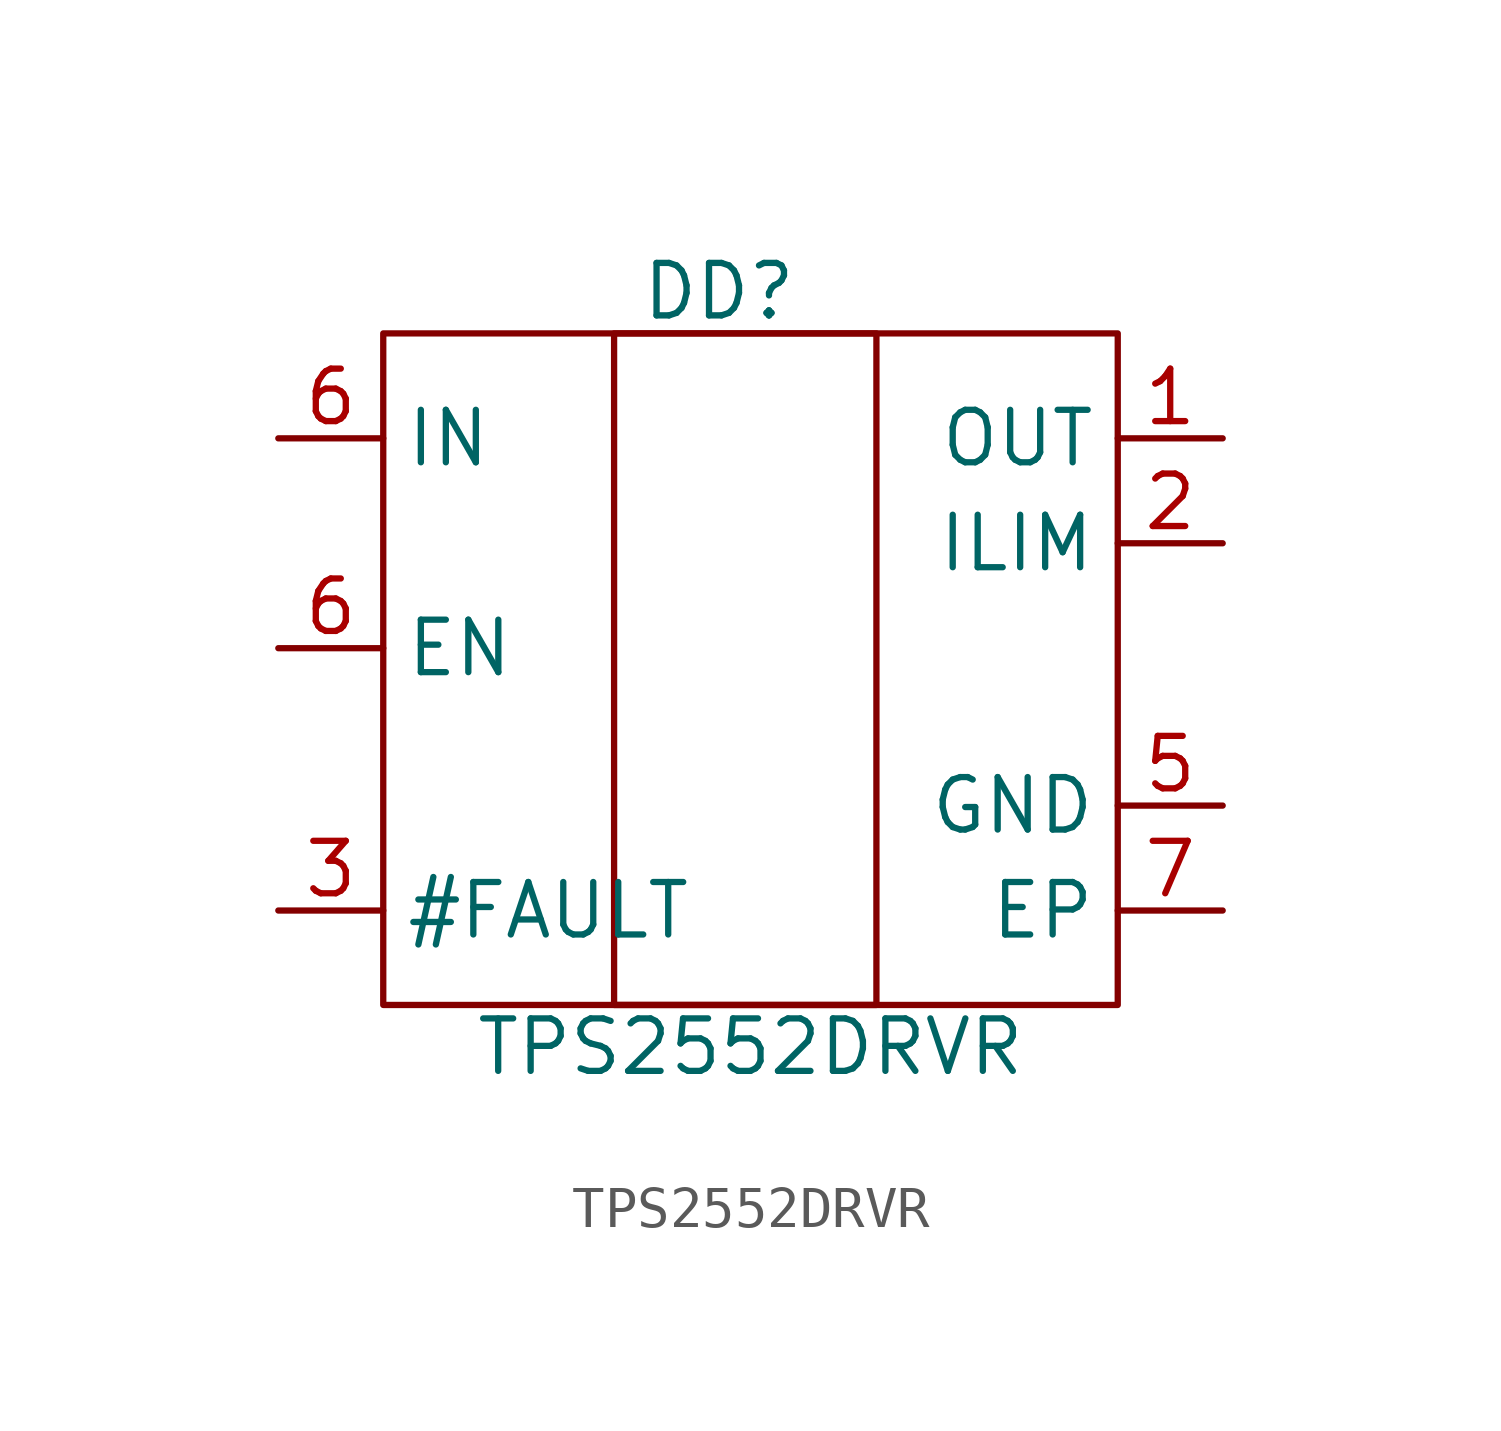
<source format=kicad_sym>
(kicad_symbol_lib
  (version 20241209)
  (generator "kicad_symbol_editor")
  (generator_version "9.0")
  (symbol "TPS2552DRVR"
    (property "Reference" "DD"
      (at 8.128 1.016 0)
      (effects (font (size 1.27 1.27))))
    (property "Value" "TPS2552DRVR"
      (at 8.89 -17.272 0)
      (effects (font (size 1.27 1.27))))
    (symbol "TPS2552DRVR_0_1"
      (rectangle (start 0 0) (end 17.78 -16.256) (stroke (width 0) (type default)) (fill (type none)))
      (rectangle (start 5.588 0) (end 11.938 -16.256) (stroke (width 0) (type default)) (fill (type none))))
    (symbol "TPS2552DRVR_1_1"
      (pin input line (at -2.54 -2.54 0) (length 2.54) (name "IN" (effects (font (size 1.27 1.27)))) (number "6" (effects (font (size 1.27 1.27)))))
      (pin input line (at -2.54 -7.62 0) (length 2.54) (name "EN" (effects (font (size 1.27 1.27)))) (number "6" (effects (font (size 1.27 1.27)))))
      (pin input line (at -2.54 -13.97 0) (length 2.54) (name "#FAULT" (effects (font (size 1.27 1.27)))) (number "3" (effects (font (size 1.27 1.27)))))
      (pin input line (at 20.32 -2.54 180) (length 2.54) (name "OUT" (effects (font (size 1.27 1.27)))) (number "1" (effects (font (size 1.27 1.27)))))
      (pin input line (at 20.32 -5.08 180) (length 2.54) (name "ILIM" (effects (font (size 1.27 1.27)))) (number "2" (effects (font (size 1.27 1.27)))))
      (pin input line (at 20.32 -11.43 180) (length 2.54) (name "GND" (effects (font (size 1.27 1.27)))) (number "5" (effects (font (size 1.27 1.27)))))
      (pin input line (at 20.32 -13.97 180) (length 2.54) (name "EP" (effects (font (size 1.27 1.27)))) (number "7" (effects (font (size 1.27 1.27))))))))
</source>
